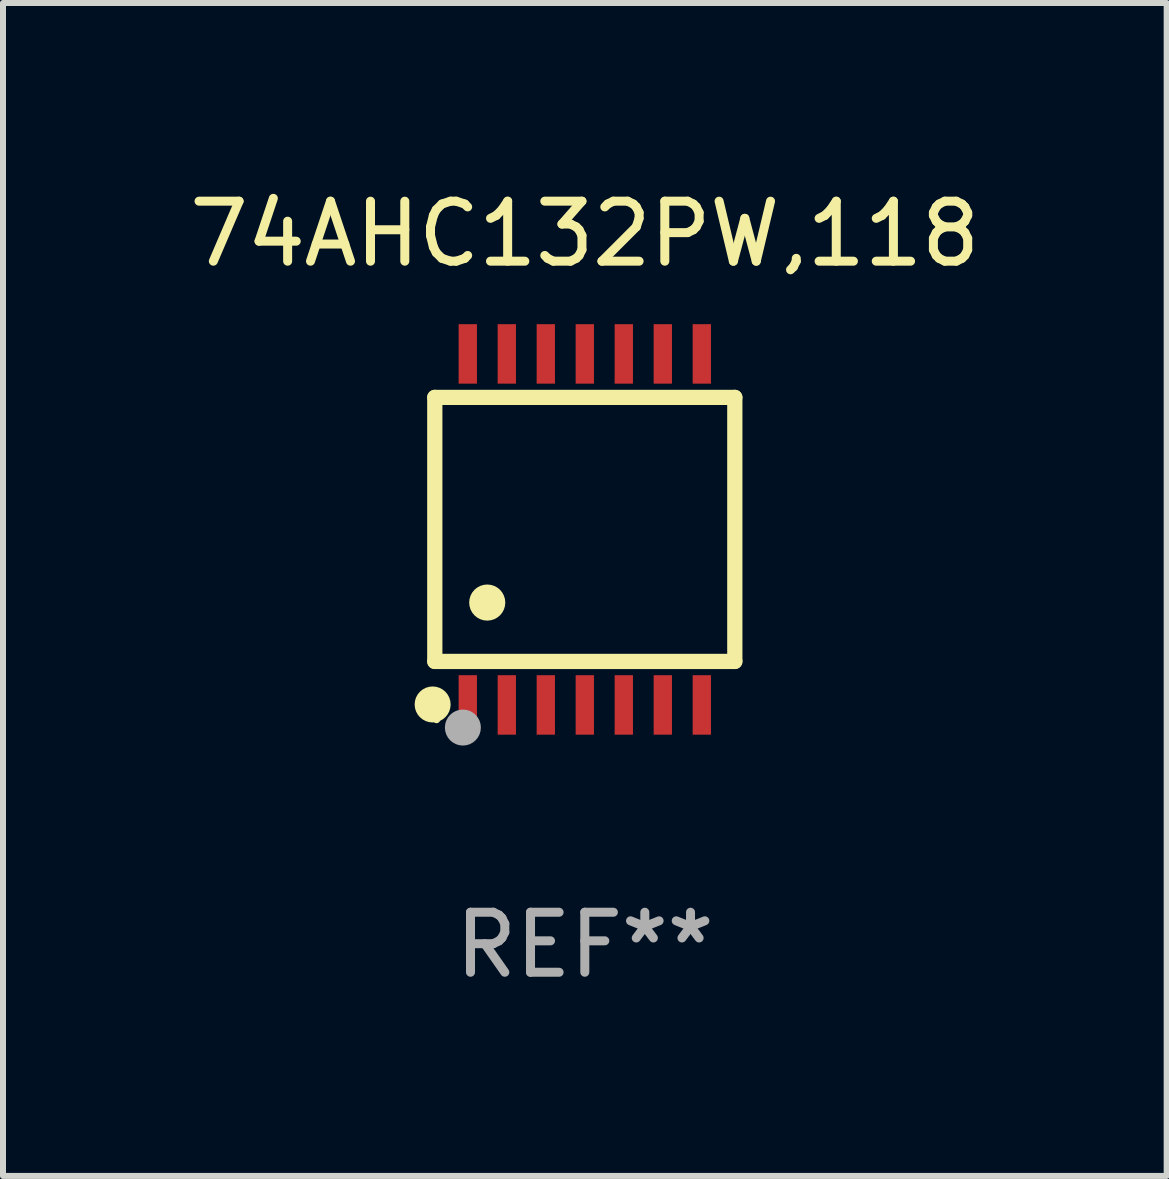
<source format=kicad_pcb>
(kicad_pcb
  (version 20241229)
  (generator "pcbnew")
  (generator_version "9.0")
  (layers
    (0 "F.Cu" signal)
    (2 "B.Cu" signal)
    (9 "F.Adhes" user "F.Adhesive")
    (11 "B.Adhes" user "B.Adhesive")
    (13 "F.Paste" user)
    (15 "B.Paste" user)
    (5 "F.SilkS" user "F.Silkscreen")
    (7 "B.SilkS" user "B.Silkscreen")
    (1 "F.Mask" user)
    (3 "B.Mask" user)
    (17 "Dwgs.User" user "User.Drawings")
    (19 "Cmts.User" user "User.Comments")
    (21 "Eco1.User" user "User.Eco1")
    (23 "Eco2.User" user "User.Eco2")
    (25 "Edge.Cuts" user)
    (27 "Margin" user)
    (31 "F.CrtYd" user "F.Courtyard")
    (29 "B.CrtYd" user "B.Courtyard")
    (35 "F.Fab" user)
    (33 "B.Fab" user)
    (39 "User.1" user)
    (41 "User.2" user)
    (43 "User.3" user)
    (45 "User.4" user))
  (footprint "74AHC132PW,118"
    (layer "F.Cu")
    (at 6.696 5.773)
    (property "Reference" "74AHC132PW,118" (at 0 -4.925 0) (layer "F.SilkS") (effects (font (size 1 1) (thickness 0.15))))
    (attr through_hole)
    (fp_line (start -2.5 2.2) (end -2.5 -2.2) (stroke (width 0.254) (type solid)) (layer "F.SilkS"))
    (fp_line (start -2.5 2.2) (end 2.5 2.2) (stroke (width 0.254) (type solid)) (layer "F.SilkS"))
    (fp_line (start 2.5 -2.2) (end -2.5 -2.2) (stroke (width 0.254) (type solid)) (layer "F.SilkS"))
    (fp_line (start 2.5 -2.2) (end 2.5 2.2) (stroke (width 0.254) (type solid)) (layer "F.SilkS"))
    (fp_circle (center -2.536 2.917) (end -2.386 2.917) (stroke (width 0.3) (type solid)) (fill no) (layer "F.SilkS"))
    (fp_circle (center -2.47 3.17) (end -2.44 3.17) (stroke (width 0.06) (type solid)) (fill no) (layer "F.SilkS"))
    (fp_circle (center -1.626 1.219) (end -1.475 1.219) (stroke (width 0.3) (type solid)) (fill no) (layer "F.SilkS"))
    (fp_circle (center -2.032 3.302) (end -1.882 3.302) (stroke (width 0.3) (type solid)) (fill no) (layer "F.Fab"))
    (fp_text user "REF**" (at 0 6.925 0) (layer "F.Fab") (effects (font (size 1 1) (thickness 0.15))))
    (pad "1" smd rect (at -1.95 2.925) (size 0.305 0.991) (layers "F.Cu" "F.Mask" "F.Paste"))
    (pad "2" smd rect (at -1.3 2.925) (size 0.305 0.991) (layers "F.Cu" "F.Mask" "F.Paste"))
    (pad "3" smd rect (at -0.65 2.925) (size 0.305 0.991) (layers "F.Cu" "F.Mask" "F.Paste"))
    (pad "4" smd rect (at 0 2.925) (size 0.305 0.991) (layers "F.Cu" "F.Mask" "F.Paste"))
    (pad "5" smd rect (at 0.65 2.925) (size 0.305 0.991) (layers "F.Cu" "F.Mask" "F.Paste"))
    (pad "6" smd rect (at 1.3 2.925) (size 0.305 0.991) (layers "F.Cu" "F.Mask" "F.Paste"))
    (pad "7" smd rect (at 1.95 2.925) (size 0.305 0.991) (layers "F.Cu" "F.Mask" "F.Paste"))
    (pad "8" smd rect (at 1.95 -2.925) (size 0.305 0.991) (layers "F.Cu" "F.Mask" "F.Paste"))
    (pad "9" smd rect (at 1.3 -2.925) (size 0.305 0.991) (layers "F.Cu" "F.Mask" "F.Paste"))
    (pad "10" smd rect (at 0.65 -2.925) (size 0.305 0.991) (layers "F.Cu" "F.Mask" "F.Paste"))
    (pad "11" smd rect (at 0 -2.925) (size 0.305 0.991) (layers "F.Cu" "F.Mask" "F.Paste"))
    (pad "12" smd rect (at -0.65 -2.925) (size 0.305 0.991) (layers "F.Cu" "F.Mask" "F.Paste"))
    (pad "13" smd rect (at -1.3 -2.925) (size 0.305 0.991) (layers "F.Cu" "F.Mask" "F.Paste"))
    (pad "14" smd rect (at -1.95 -2.925) (size 0.305 0.991) (layers "F.Cu" "F.Mask" "F.Paste")))
  (gr_rect
    (start -3 -3)
    (end 16.393 16.547)
    (stroke (width 0.1) (type default))
    (fill no)
    (layer "Edge.Cuts")))
</source>
